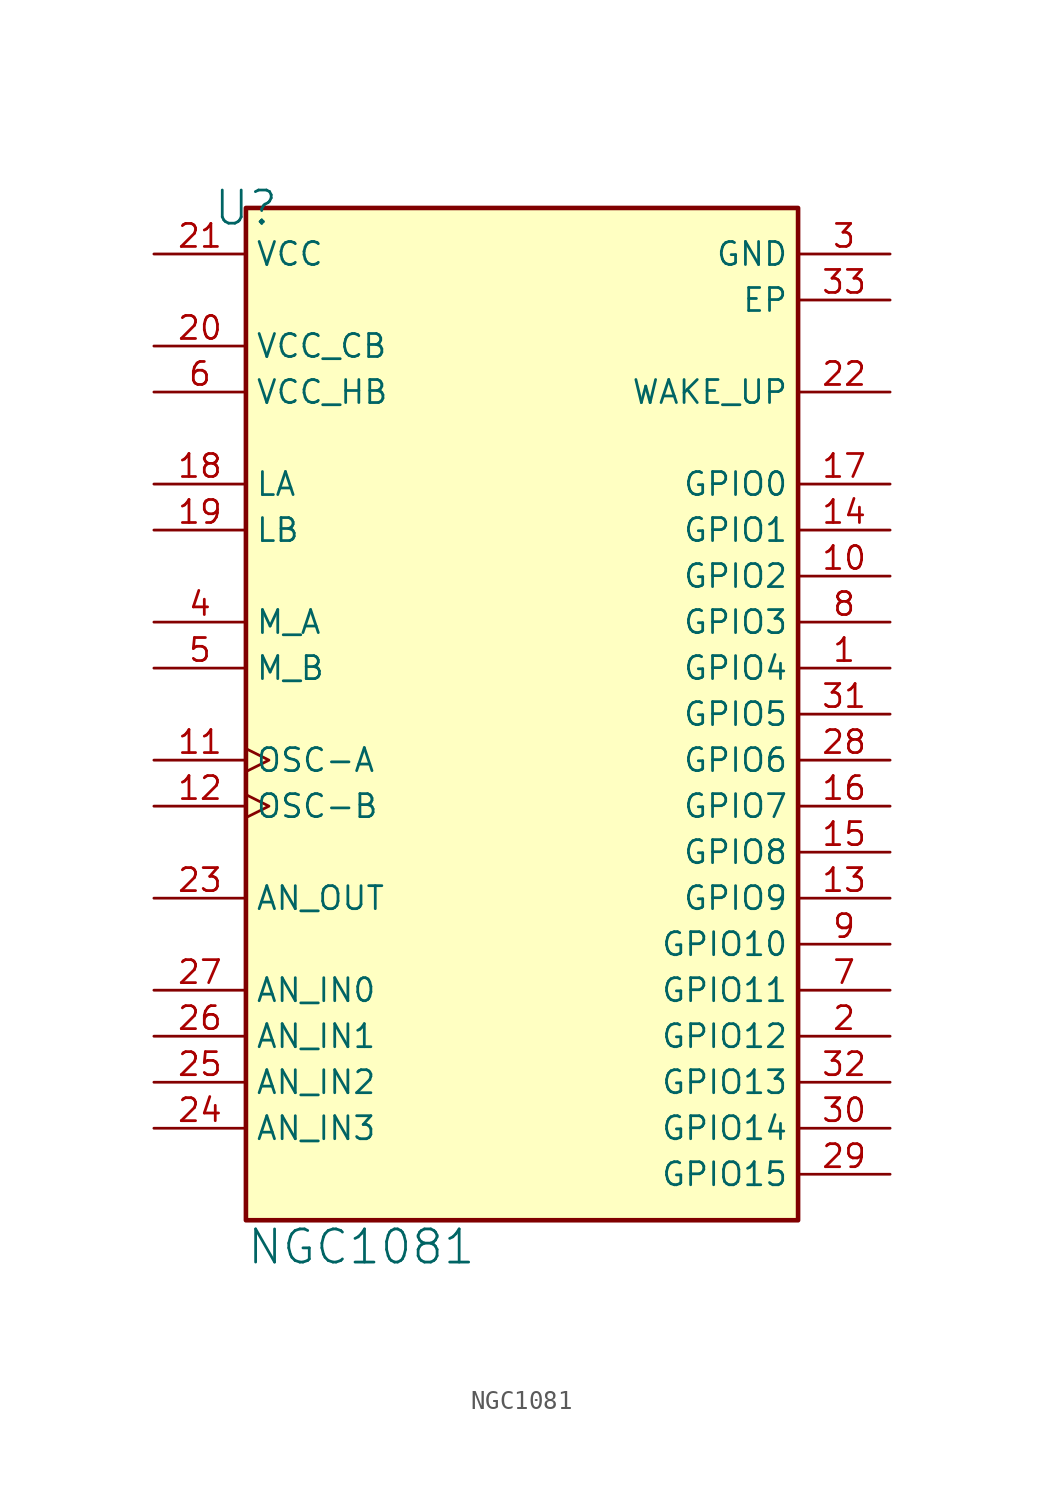
<source format=kicad_sym>
(kicad_symbol_lib
  (version 20241209)
  (generator "kicad_symbol_editor")
  (generator_version "9.0")
  (symbol "NGC1081"
    (property "Reference" "U"
      (at 0 0 0)
      (effects (font (size 1.829 1.829))))
    (property "Value" "NGC1081"
      (at 0 -58.42 0)
      (effects (font (size 1.829 1.829)) (justify left bottom)))
    (symbol "NGC1081_1_0"
      (rectangle (start 30.48 0) (end 0 -55.88) (stroke (width 0.254) (type solid) (color 128 0 0 1)) (fill (type background)))
      (pin power_in line (at -5.08 -2.54 0) (length 5.08) (name "VCC" (effects (font (size 1.27 1.27)))) (number "21" (effects (font (size 1.27 1.27)))))
      (pin power_in line (at -5.08 -7.62 0) (length 5.08) (name "VCC_CB" (effects (font (size 1.27 1.27)))) (number "20" (effects (font (size 1.27 1.27)))))
      (pin power_in line (at -5.08 -10.16 0) (length 5.08) (name "VCC_HB" (effects (font (size 1.27 1.27)))) (number "6" (effects (font (size 1.27 1.27)))))
      (pin input line (at -5.08 -15.24 0) (length 5.08) (name "LA" (effects (font (size 1.27 1.27)))) (number "18" (effects (font (size 1.27 1.27)))))
      (pin input line (at -5.08 -17.78 0) (length 5.08) (name "LB" (effects (font (size 1.27 1.27)))) (number "19" (effects (font (size 1.27 1.27)))))
      (pin bidirectional line (at -5.08 -22.86 0) (length 5.08) (name "M_A" (effects (font (size 1.27 1.27)))) (number "4" (effects (font (size 1.27 1.27)))))
      (pin bidirectional line (at -5.08 -25.4 0) (length 5.08) (name "M_B" (effects (font (size 1.27 1.27)))) (number "5" (effects (font (size 1.27 1.27)))))
      (pin bidirectional clock (at -5.08 -30.48 0) (length 5.08) (name "OSC-A" (effects (font (size 1.27 1.27)))) (number "11" (effects (font (size 1.27 1.27)))))
      (pin bidirectional clock (at -5.08 -33.02 0) (length 5.08) (name "OSC-B" (effects (font (size 1.27 1.27)))) (number "12" (effects (font (size 1.27 1.27)))))
      (pin output line (at -5.08 -38.1 0) (length 5.08) (name "AN_OUT" (effects (font (size 1.27 1.27)))) (number "23" (effects (font (size 1.27 1.27)))))
      (pin input line (at -5.08 -43.18 0) (length 5.08) (name "AN_IN0" (effects (font (size 1.27 1.27)))) (number "27" (effects (font (size 1.27 1.27)))))
      (pin input line (at -5.08 -45.72 0) (length 5.08) (name "AN_IN1" (effects (font (size 1.27 1.27)))) (number "26" (effects (font (size 1.27 1.27)))))
      (pin input line (at -5.08 -48.26 0) (length 5.08) (name "AN_IN2" (effects (font (size 1.27 1.27)))) (number "25" (effects (font (size 1.27 1.27)))))
      (pin input line (at -5.08 -50.8 0) (length 5.08) (name "AN_IN3" (effects (font (size 1.27 1.27)))) (number "24" (effects (font (size 1.27 1.27)))))
      (pin power_in line (at 35.56 -2.54 180) (length 5.08) (name "GND" (effects (font (size 1.27 1.27)))) (number "3" (effects (font (size 1.27 1.27)))))
      (pin power_in line (at 35.56 -5.08 180) (length 5.08) (name "EP" (effects (font (size 1.27 1.27)))) (number "33" (effects (font (size 1.27 1.27)))))
      (pin bidirectional line (at 35.56 -10.16 180) (length 5.08) (name "WAKE_UP" (effects (font (size 1.27 1.27)))) (number "22" (effects (font (size 1.27 1.27)))))
      (pin bidirectional line (at 35.56 -15.24 180) (length 5.08) (name "GPIO0" (effects (font (size 1.27 1.27)))) (number "17" (effects (font (size 1.27 1.27)))))
      (pin bidirectional line (at 35.56 -17.78 180) (length 5.08) (name "GPIO1" (effects (font (size 1.27 1.27)))) (number "14" (effects (font (size 1.27 1.27)))))
      (pin bidirectional line (at 35.56 -20.32 180) (length 5.08) (name "GPIO2" (effects (font (size 1.27 1.27)))) (number "10" (effects (font (size 1.27 1.27)))))
      (pin bidirectional line (at 35.56 -22.86 180) (length 5.08) (name "GPIO3" (effects (font (size 1.27 1.27)))) (number "8" (effects (font (size 1.27 1.27)))))
      (pin bidirectional line (at 35.56 -25.4 180) (length 5.08) (name "GPIO4" (effects (font (size 1.27 1.27)))) (number "1" (effects (font (size 1.27 1.27)))))
      (pin bidirectional line (at 35.56 -27.94 180) (length 5.08) (name "GPIO5" (effects (font (size 1.27 1.27)))) (number "31" (effects (font (size 1.27 1.27)))))
      (pin bidirectional line (at 35.56 -30.48 180) (length 5.08) (name "GPIO6" (effects (font (size 1.27 1.27)))) (number "28" (effects (font (size 1.27 1.27)))))
      (pin bidirectional line (at 35.56 -33.02 180) (length 5.08) (name "GPIO7" (effects (font (size 1.27 1.27)))) (number "16" (effects (font (size 1.27 1.27)))))
      (pin bidirectional line (at 35.56 -35.56 180) (length 5.08) (name "GPIO8" (effects (font (size 1.27 1.27)))) (number "15" (effects (font (size 1.27 1.27)))))
      (pin bidirectional line (at 35.56 -38.1 180) (length 5.08) (name "GPIO9" (effects (font (size 1.27 1.27)))) (number "13" (effects (font (size 1.27 1.27)))))
      (pin bidirectional line (at 35.56 -40.64 180) (length 5.08) (name "GPIO10" (effects (font (size 1.27 1.27)))) (number "9" (effects (font (size 1.27 1.27)))))
      (pin bidirectional line (at 35.56 -43.18 180) (length 5.08) (name "GPIO11" (effects (font (size 1.27 1.27)))) (number "7" (effects (font (size 1.27 1.27)))))
      (pin bidirectional line (at 35.56 -45.72 180) (length 5.08) (name "GPIO12" (effects (font (size 1.27 1.27)))) (number "2" (effects (font (size 1.27 1.27)))))
      (pin bidirectional line (at 35.56 -48.26 180) (length 5.08) (name "GPIO13" (effects (font (size 1.27 1.27)))) (number "32" (effects (font (size 1.27 1.27)))))
      (pin bidirectional line (at 35.56 -50.8 180) (length 5.08) (name "GPIO14" (effects (font (size 1.27 1.27)))) (number "30" (effects (font (size 1.27 1.27)))))
      (pin bidirectional line (at 35.56 -53.34 180) (length 5.08) (name "GPIO15" (effects (font (size 1.27 1.27)))) (number "29" (effects (font (size 1.27 1.27))))))))
</source>
